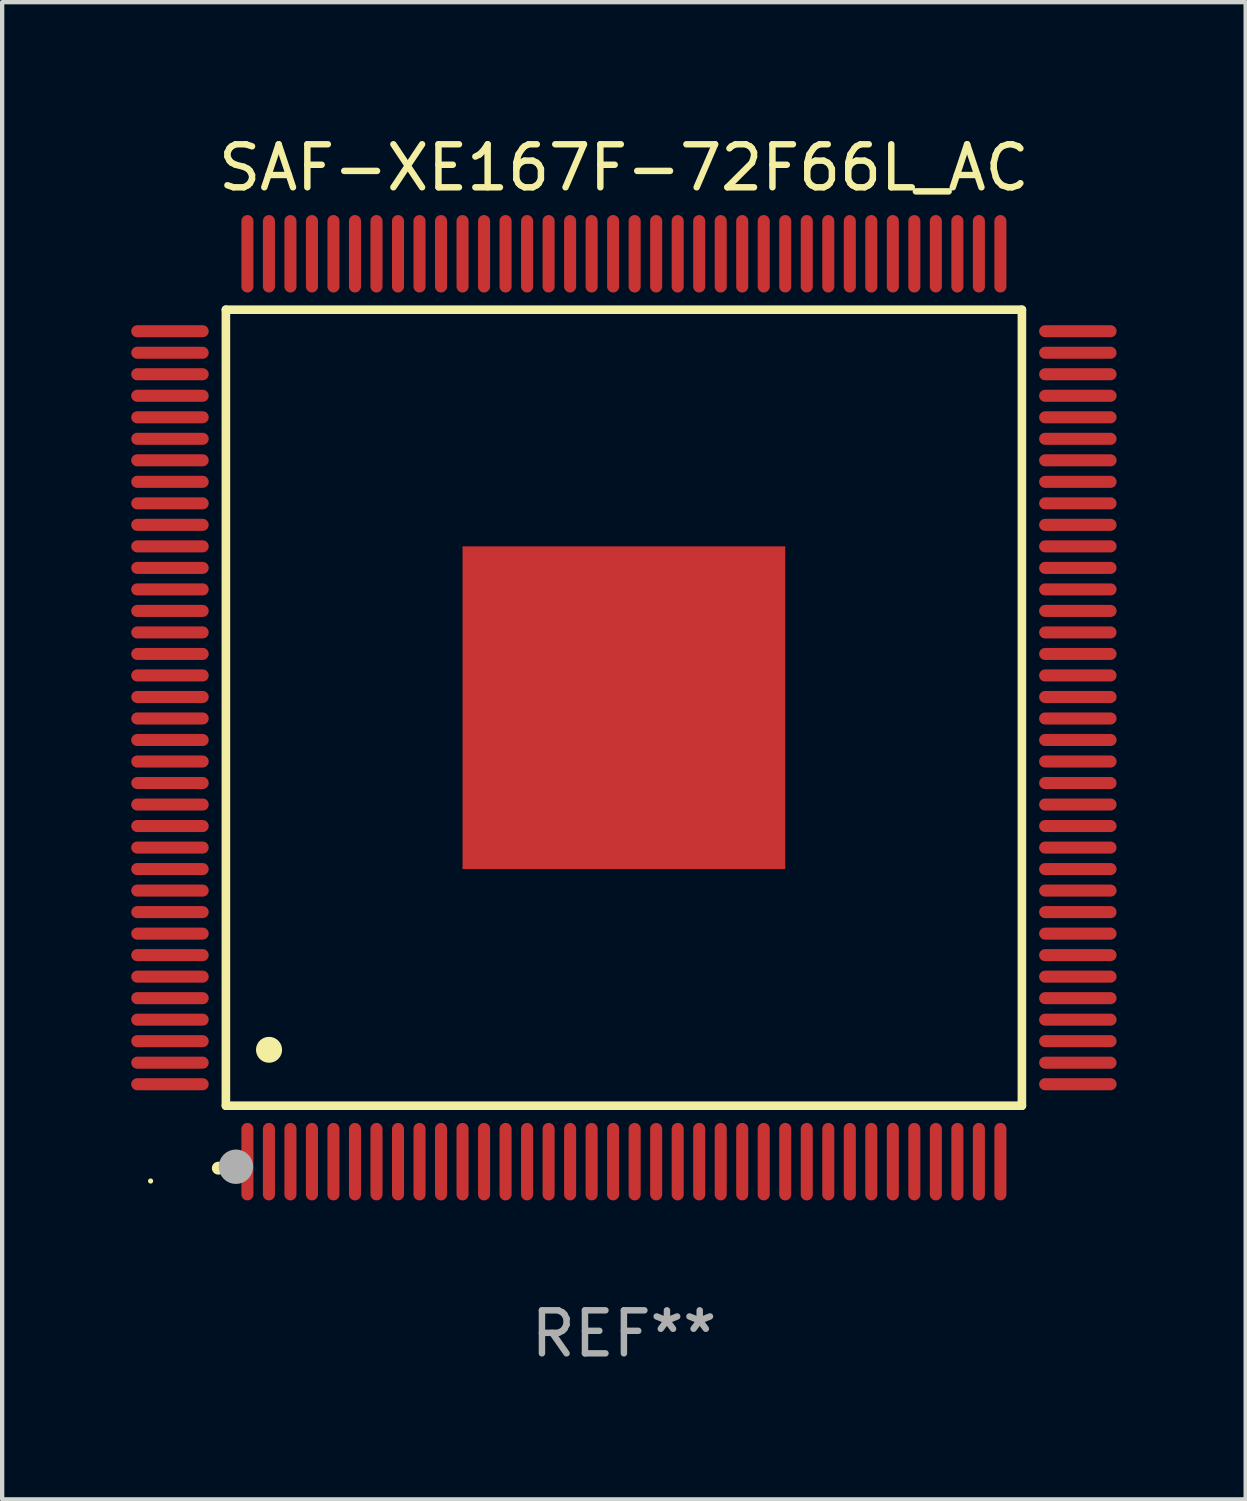
<source format=kicad_pcb>
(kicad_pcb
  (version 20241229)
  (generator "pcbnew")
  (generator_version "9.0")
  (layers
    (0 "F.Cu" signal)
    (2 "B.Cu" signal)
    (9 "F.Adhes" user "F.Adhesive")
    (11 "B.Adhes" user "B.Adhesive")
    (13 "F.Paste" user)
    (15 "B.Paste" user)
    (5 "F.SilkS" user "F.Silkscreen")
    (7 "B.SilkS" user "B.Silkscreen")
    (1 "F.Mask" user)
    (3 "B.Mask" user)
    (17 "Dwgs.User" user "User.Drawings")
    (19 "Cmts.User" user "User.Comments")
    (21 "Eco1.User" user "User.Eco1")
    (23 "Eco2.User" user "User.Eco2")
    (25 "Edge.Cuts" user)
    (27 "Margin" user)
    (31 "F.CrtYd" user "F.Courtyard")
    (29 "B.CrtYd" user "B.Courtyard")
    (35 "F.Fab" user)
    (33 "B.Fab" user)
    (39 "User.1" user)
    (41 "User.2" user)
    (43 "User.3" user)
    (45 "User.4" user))
  (footprint "SAF-XE167F-72F66L_AC"
    (layer "F.Cu")
    (at 11.45 13.398)
    (property "Reference" "SAF-XE167F-72F66L_AC" (at 0 -12.55 0) (layer "F.SilkS") (effects (font (size 1 1) (thickness 0.15))))
    (attr through_hole)
    (fp_line (start -9.25 -9.25) (end 9.25 -9.25) (stroke (width 0.2) (type solid)) (layer "F.SilkS"))
    (fp_line (start -9.25 9.25) (end -9.25 -9.25) (stroke (width 0.2) (type solid)) (layer "F.SilkS"))
    (fp_line (start 9.25 -9.25) (end 9.25 9.25) (stroke (width 0.2) (type solid)) (layer "F.SilkS"))
    (fp_line (start 9.25 9.25) (end -9.25 9.25) (stroke (width 0.2) (type solid)) (layer "F.SilkS"))
    (fp_arc (start -9.425959 10.701041) (mid -9.424689 10.701036) (end -9.423419 10.701041) (stroke (width 0.3) (type solid)) (layer "F.SilkS"))
    (fp_arc (start -8.249936 7.950216) (mid -8.247396 7.950205) (end -8.244856 7.950216) (stroke (width 0.6) (type solid)) (layer "F.SilkS"))
    (fp_circle (center -11 11) (end -10.97 11) (stroke (width 0.06) (type solid)) (fill no) (layer "F.SilkS"))
    (fp_circle (center -9.017 10.668) (end -8.817 10.668) (stroke (width 0.4) (type solid)) (fill no) (layer "F.Fab"))
    (fp_text user "REF**" (at 0 14.55 0) (layer "F.Fab") (effects (font (size 1 1) (thickness 0.15))))
    (pad "1" smd oval (at -8.75 10.55 180) (size 0.28 1.8) (layers "F.Cu" "F.Mask" "F.Paste"))
    (pad "2" smd oval (at -8.25 10.55 180) (size 0.28 1.8) (layers "F.Cu" "F.Mask" "F.Paste"))
    (pad "3" smd oval (at -7.75 10.55 180) (size 0.28 1.8) (layers "F.Cu" "F.Mask" "F.Paste"))
    (pad "4" smd oval (at -7.25 10.55 180) (size 0.28 1.8) (layers "F.Cu" "F.Mask" "F.Paste"))
    (pad "5" smd oval (at -6.75 10.55 180) (size 0.28 1.8) (layers "F.Cu" "F.Mask" "F.Paste"))
    (pad "6" smd oval (at -6.25 10.55 180) (size 0.28 1.8) (layers "F.Cu" "F.Mask" "F.Paste"))
    (pad "7" smd oval (at -5.75 10.55 180) (size 0.28 1.8) (layers "F.Cu" "F.Mask" "F.Paste"))
    (pad "8" smd oval (at -5.25 10.55 180) (size 0.28 1.8) (layers "F.Cu" "F.Mask" "F.Paste"))
    (pad "9" smd oval (at -4.75 10.55 180) (size 0.28 1.8) (layers "F.Cu" "F.Mask" "F.Paste"))
    (pad "10" smd oval (at -4.25 10.55 180) (size 0.28 1.8) (layers "F.Cu" "F.Mask" "F.Paste"))
    (pad "11" smd oval (at -3.75 10.55 180) (size 0.28 1.8) (layers "F.Cu" "F.Mask" "F.Paste"))
    (pad "12" smd oval (at -3.25 10.55 180) (size 0.28 1.8) (layers "F.Cu" "F.Mask" "F.Paste"))
    (pad "13" smd oval (at -2.75 10.55 180) (size 0.28 1.8) (layers "F.Cu" "F.Mask" "F.Paste"))
    (pad "14" smd oval (at -2.25 10.55 180) (size 0.28 1.8) (layers "F.Cu" "F.Mask" "F.Paste"))
    (pad "15" smd oval (at -1.75 10.55 180) (size 0.28 1.8) (layers "F.Cu" "F.Mask" "F.Paste"))
    (pad "16" smd oval (at -1.25 10.55 180) (size 0.28 1.8) (layers "F.Cu" "F.Mask" "F.Paste"))
    (pad "17" smd oval (at -0.75 10.55 180) (size 0.28 1.8) (layers "F.Cu" "F.Mask" "F.Paste"))
    (pad "18" smd oval (at -0.25 10.55 180) (size 0.28 1.8) (layers "F.Cu" "F.Mask" "F.Paste"))
    (pad "19" smd oval (at 0.25 10.55 180) (size 0.28 1.8) (layers "F.Cu" "F.Mask" "F.Paste"))
    (pad "20" smd oval (at 0.75 10.55 180) (size 0.28 1.8) (layers "F.Cu" "F.Mask" "F.Paste"))
    (pad "21" smd oval (at 1.25 10.55 180) (size 0.28 1.8) (layers "F.Cu" "F.Mask" "F.Paste"))
    (pad "22" smd oval (at 1.75 10.55 180) (size 0.28 1.8) (layers "F.Cu" "F.Mask" "F.Paste"))
    (pad "23" smd oval (at 2.25 10.55 180) (size 0.28 1.8) (layers "F.Cu" "F.Mask" "F.Paste"))
    (pad "24" smd oval (at 2.75 10.55 180) (size 0.28 1.8) (layers "F.Cu" "F.Mask" "F.Paste"))
    (pad "25" smd oval (at 3.25 10.55 180) (size 0.28 1.8) (layers "F.Cu" "F.Mask" "F.Paste"))
    (pad "26" smd oval (at 3.75 10.55 180) (size 0.28 1.8) (layers "F.Cu" "F.Mask" "F.Paste"))
    (pad "27" smd oval (at 4.25 10.55 180) (size 0.28 1.8) (layers "F.Cu" "F.Mask" "F.Paste"))
    (pad "28" smd oval (at 4.75 10.55 180) (size 0.28 1.8) (layers "F.Cu" "F.Mask" "F.Paste"))
    (pad "29" smd oval (at 5.25 10.55 180) (size 0.28 1.8) (layers "F.Cu" "F.Mask" "F.Paste"))
    (pad "30" smd oval (at 5.75 10.55 180) (size 0.28 1.8) (layers "F.Cu" "F.Mask" "F.Paste"))
    (pad "31" smd oval (at 6.25 10.55 180) (size 0.28 1.8) (layers "F.Cu" "F.Mask" "F.Paste"))
    (pad "32" smd oval (at 6.75 10.55 180) (size 0.28 1.8) (layers "F.Cu" "F.Mask" "F.Paste"))
    (pad "33" smd oval (at 7.25 10.55 180) (size 0.28 1.8) (layers "F.Cu" "F.Mask" "F.Paste"))
    (pad "34" smd oval (at 7.75 10.55 180) (size 0.28 1.8) (layers "F.Cu" "F.Mask" "F.Paste"))
    (pad "35" smd oval (at 8.25 10.55 180) (size 0.28 1.8) (layers "F.Cu" "F.Mask" "F.Paste"))
    (pad "36" smd oval (at 8.75 10.55 180) (size 0.28 1.8) (layers "F.Cu" "F.Mask" "F.Paste"))
    (pad "37" smd oval (at 10.55 8.75 90) (size 0.28 1.8) (layers "F.Cu" "F.Mask" "F.Paste"))
    (pad "38" smd oval (at 10.55 8.25 90) (size 0.28 1.8) (layers "F.Cu" "F.Mask" "F.Paste"))
    (pad "39" smd oval (at 10.55 7.75 90) (size 0.28 1.8) (layers "F.Cu" "F.Mask" "F.Paste"))
    (pad "40" smd oval (at 10.55 7.25 90) (size 0.28 1.8) (layers "F.Cu" "F.Mask" "F.Paste"))
    (pad "41" smd oval (at 10.55 6.75 90) (size 0.28 1.8) (layers "F.Cu" "F.Mask" "F.Paste"))
    (pad "42" smd oval (at 10.55 6.25 90) (size 0.28 1.8) (layers "F.Cu" "F.Mask" "F.Paste"))
    (pad "43" smd oval (at 10.55 5.75 90) (size 0.28 1.8) (layers "F.Cu" "F.Mask" "F.Paste"))
    (pad "44" smd oval (at 10.55 5.25 90) (size 0.28 1.8) (layers "F.Cu" "F.Mask" "F.Paste"))
    (pad "45" smd oval (at 10.55 4.75 90) (size 0.28 1.8) (layers "F.Cu" "F.Mask" "F.Paste"))
    (pad "46" smd oval (at 10.55 4.25 90) (size 0.28 1.8) (layers "F.Cu" "F.Mask" "F.Paste"))
    (pad "47" smd oval (at 10.55 3.75 90) (size 0.28 1.8) (layers "F.Cu" "F.Mask" "F.Paste"))
    (pad "48" smd oval (at 10.55 3.25 90) (size 0.28 1.8) (layers "F.Cu" "F.Mask" "F.Paste"))
    (pad "49" smd oval (at 10.55 2.75 90) (size 0.28 1.8) (layers "F.Cu" "F.Mask" "F.Paste"))
    (pad "50" smd oval (at 10.55 2.25 90) (size 0.28 1.8) (layers "F.Cu" "F.Mask" "F.Paste"))
    (pad "51" smd oval (at 10.55 1.75 90) (size 0.28 1.8) (layers "F.Cu" "F.Mask" "F.Paste"))
    (pad "52" smd oval (at 10.55 1.25 90) (size 0.28 1.8) (layers "F.Cu" "F.Mask" "F.Paste"))
    (pad "53" smd oval (at 10.55 0.75 90) (size 0.28 1.8) (layers "F.Cu" "F.Mask" "F.Paste"))
    (pad "54" smd oval (at 10.55 0.25 90) (size 0.28 1.8) (layers "F.Cu" "F.Mask" "F.Paste"))
    (pad "55" smd oval (at 10.55 -0.25 90) (size 0.28 1.8) (layers "F.Cu" "F.Mask" "F.Paste"))
    (pad "56" smd oval (at 10.55 -0.75 90) (size 0.28 1.8) (layers "F.Cu" "F.Mask" "F.Paste"))
    (pad "57" smd oval (at 10.55 -1.25 90) (size 0.28 1.8) (layers "F.Cu" "F.Mask" "F.Paste"))
    (pad "58" smd oval (at 10.55 -1.75 90) (size 0.28 1.8) (layers "F.Cu" "F.Mask" "F.Paste"))
    (pad "59" smd oval (at 10.55 -2.25 90) (size 0.28 1.8) (layers "F.Cu" "F.Mask" "F.Paste"))
    (pad "60" smd oval (at 10.55 -2.75 90) (size 0.28 1.8) (layers "F.Cu" "F.Mask" "F.Paste"))
    (pad "61" smd oval (at 10.55 -3.25 90) (size 0.28 1.8) (layers "F.Cu" "F.Mask" "F.Paste"))
    (pad "62" smd oval (at 10.55 -3.75 90) (size 0.28 1.8) (layers "F.Cu" "F.Mask" "F.Paste"))
    (pad "63" smd oval (at 10.55 -4.25 90) (size 0.28 1.8) (layers "F.Cu" "F.Mask" "F.Paste"))
    (pad "64" smd oval (at 10.55 -4.75 90) (size 0.28 1.8) (layers "F.Cu" "F.Mask" "F.Paste"))
    (pad "65" smd oval (at 10.55 -5.25 90) (size 0.28 1.8) (layers "F.Cu" "F.Mask" "F.Paste"))
    (pad "66" smd oval (at 10.55 -5.75 90) (size 0.28 1.8) (layers "F.Cu" "F.Mask" "F.Paste"))
    (pad "67" smd oval (at 10.55 -6.25 90) (size 0.28 1.8) (layers "F.Cu" "F.Mask" "F.Paste"))
    (pad "68" smd oval (at 10.55 -6.75 90) (size 0.28 1.8) (layers "F.Cu" "F.Mask" "F.Paste"))
    (pad "69" smd oval (at 10.55 -7.25 90) (size 0.28 1.8) (layers "F.Cu" "F.Mask" "F.Paste"))
    (pad "70" smd oval (at 10.55 -7.75 90) (size 0.28 1.8) (layers "F.Cu" "F.Mask" "F.Paste"))
    (pad "71" smd oval (at 10.55 -8.25 90) (size 0.28 1.8) (layers "F.Cu" "F.Mask" "F.Paste"))
    (pad "72" smd oval (at 10.55 -8.75 90) (size 0.28 1.8) (layers "F.Cu" "F.Mask" "F.Paste"))
    (pad "73" smd oval (at 8.75 -10.55 180) (size 0.28 1.8) (layers "F.Cu" "F.Mask" "F.Paste"))
    (pad "74" smd oval (at 8.25 -10.55 180) (size 0.28 1.8) (layers "F.Cu" "F.Mask" "F.Paste"))
    (pad "75" smd oval (at 7.75 -10.55 180) (size 0.28 1.8) (layers "F.Cu" "F.Mask" "F.Paste"))
    (pad "76" smd oval (at 7.25 -10.55 180) (size 0.28 1.8) (layers "F.Cu" "F.Mask" "F.Paste"))
    (pad "77" smd oval (at 6.75 -10.55 180) (size 0.28 1.8) (layers "F.Cu" "F.Mask" "F.Paste"))
    (pad "78" smd oval (at 6.25 -10.55 180) (size 0.28 1.8) (layers "F.Cu" "F.Mask" "F.Paste"))
    (pad "79" smd oval (at 5.75 -10.55 180) (size 0.28 1.8) (layers "F.Cu" "F.Mask" "F.Paste"))
    (pad "80" smd oval (at 5.25 -10.55 180) (size 0.28 1.8) (layers "F.Cu" "F.Mask" "F.Paste"))
    (pad "81" smd oval (at 4.75 -10.55 180) (size 0.28 1.8) (layers "F.Cu" "F.Mask" "F.Paste"))
    (pad "82" smd oval (at 4.25 -10.55 180) (size 0.28 1.8) (layers "F.Cu" "F.Mask" "F.Paste"))
    (pad "83" smd oval (at 3.75 -10.55 180) (size 0.28 1.8) (layers "F.Cu" "F.Mask" "F.Paste"))
    (pad "84" smd oval (at 3.25 -10.55 180) (size 0.28 1.8) (layers "F.Cu" "F.Mask" "F.Paste"))
    (pad "85" smd oval (at 2.75 -10.55 180) (size 0.28 1.8) (layers "F.Cu" "F.Mask" "F.Paste"))
    (pad "86" smd oval (at 2.25 -10.55 180) (size 0.28 1.8) (layers "F.Cu" "F.Mask" "F.Paste"))
    (pad "87" smd oval (at 1.75 -10.55 180) (size 0.28 1.8) (layers "F.Cu" "F.Mask" "F.Paste"))
    (pad "88" smd oval (at 1.25 -10.55 180) (size 0.28 1.8) (layers "F.Cu" "F.Mask" "F.Paste"))
    (pad "89" smd oval (at 0.75 -10.55 180) (size 0.28 1.8) (layers "F.Cu" "F.Mask" "F.Paste"))
    (pad "90" smd oval (at 0.25 -10.55 180) (size 0.28 1.8) (layers "F.Cu" "F.Mask" "F.Paste"))
    (pad "91" smd oval (at -0.25 -10.55 180) (size 0.28 1.8) (layers "F.Cu" "F.Mask" "F.Paste"))
    (pad "92" smd oval (at -0.75 -10.55 180) (size 0.28 1.8) (layers "F.Cu" "F.Mask" "F.Paste"))
    (pad "93" smd oval (at -1.25 -10.55 180) (size 0.28 1.8) (layers "F.Cu" "F.Mask" "F.Paste"))
    (pad "94" smd oval (at -1.75 -10.55 180) (size 0.28 1.8) (layers "F.Cu" "F.Mask" "F.Paste"))
    (pad "95" smd oval (at -2.25 -10.55 180) (size 0.28 1.8) (layers "F.Cu" "F.Mask" "F.Paste"))
    (pad "96" smd oval (at -2.75 -10.55 180) (size 0.28 1.8) (layers "F.Cu" "F.Mask" "F.Paste"))
    (pad "97" smd oval (at -3.25 -10.55 180) (size 0.28 1.8) (layers "F.Cu" "F.Mask" "F.Paste"))
    (pad "98" smd oval (at -3.75 -10.55 180) (size 0.28 1.8) (layers "F.Cu" "F.Mask" "F.Paste"))
    (pad "99" smd oval (at -4.25 -10.55 180) (size 0.28 1.8) (layers "F.Cu" "F.Mask" "F.Paste"))
    (pad "100" smd oval (at -4.75 -10.55 180) (size 0.28 1.8) (layers "F.Cu" "F.Mask" "F.Paste"))
    (pad "101" smd oval (at -5.25 -10.55 180) (size 0.28 1.8) (layers "F.Cu" "F.Mask" "F.Paste"))
    (pad "102" smd oval (at -5.75 -10.55 180) (size 0.28 1.8) (layers "F.Cu" "F.Mask" "F.Paste"))
    (pad "103" smd oval (at -6.25 -10.55 180) (size 0.28 1.8) (layers "F.Cu" "F.Mask" "F.Paste"))
    (pad "104" smd oval (at -6.75 -10.55 180) (size 0.28 1.8) (layers "F.Cu" "F.Mask" "F.Paste"))
    (pad "105" smd oval (at -7.25 -10.55 180) (size 0.28 1.8) (layers "F.Cu" "F.Mask" "F.Paste"))
    (pad "106" smd oval (at -7.75 -10.55 180) (size 0.28 1.8) (layers "F.Cu" "F.Mask" "F.Paste"))
    (pad "107" smd oval (at -8.25 -10.55 180) (size 0.28 1.8) (layers "F.Cu" "F.Mask" "F.Paste"))
    (pad "108" smd oval (at -8.75 -10.55 180) (size 0.28 1.8) (layers "F.Cu" "F.Mask" "F.Paste"))
    (pad "109" smd oval (at -10.55 -8.75 90) (size 0.28 1.8) (layers "F.Cu" "F.Mask" "F.Paste"))
    (pad "110" smd oval (at -10.55 -8.25 90) (size 0.28 1.8) (layers "F.Cu" "F.Mask" "F.Paste"))
    (pad "111" smd oval (at -10.55 -7.75 90) (size 0.28 1.8) (layers "F.Cu" "F.Mask" "F.Paste"))
    (pad "112" smd oval (at -10.55 -7.25 90) (size 0.28 1.8) (layers "F.Cu" "F.Mask" "F.Paste"))
    (pad "113" smd oval (at -10.55 -6.75 90) (size 0.28 1.8) (layers "F.Cu" "F.Mask" "F.Paste"))
    (pad "114" smd oval (at -10.55 -6.25 90) (size 0.28 1.8) (layers "F.Cu" "F.Mask" "F.Paste"))
    (pad "115" smd oval (at -10.55 -5.75 90) (size 0.28 1.8) (layers "F.Cu" "F.Mask" "F.Paste"))
    (pad "116" smd oval (at -10.55 -5.25 90) (size 0.28 1.8) (layers "F.Cu" "F.Mask" "F.Paste"))
    (pad "117" smd oval (at -10.55 -4.75 90) (size 0.28 1.8) (layers "F.Cu" "F.Mask" "F.Paste"))
    (pad "118" smd oval (at -10.55 -4.25 90) (size 0.28 1.8) (layers "F.Cu" "F.Mask" "F.Paste"))
    (pad "119" smd oval (at -10.55 -3.75 90) (size 0.28 1.8) (layers "F.Cu" "F.Mask" "F.Paste"))
    (pad "120" smd oval (at -10.55 -3.25 90) (size 0.28 1.8) (layers "F.Cu" "F.Mask" "F.Paste"))
    (pad "121" smd oval (at -10.55 -2.75 90) (size 0.28 1.8) (layers "F.Cu" "F.Mask" "F.Paste"))
    (pad "122" smd oval (at -10.55 -2.25 90) (size 0.28 1.8) (layers "F.Cu" "F.Mask" "F.Paste"))
    (pad "123" smd oval (at -10.55 -1.75 90) (size 0.28 1.8) (layers "F.Cu" "F.Mask" "F.Paste"))
    (pad "124" smd oval (at -10.55 -1.25 90) (size 0.28 1.8) (layers "F.Cu" "F.Mask" "F.Paste"))
    (pad "125" smd oval (at -10.55 -0.75 90) (size 0.28 1.8) (layers "F.Cu" "F.Mask" "F.Paste"))
    (pad "126" smd oval (at -10.55 -0.25 90) (size 0.28 1.8) (layers "F.Cu" "F.Mask" "F.Paste"))
    (pad "127" smd oval (at -10.55 0.25 90) (size 0.28 1.8) (layers "F.Cu" "F.Mask" "F.Paste"))
    (pad "128" smd oval (at -10.55 0.75 90) (size 0.28 1.8) (layers "F.Cu" "F.Mask" "F.Paste"))
    (pad "129" smd oval (at -10.55 1.25 90) (size 0.28 1.8) (layers "F.Cu" "F.Mask" "F.Paste"))
    (pad "130" smd oval (at -10.55 1.75 90) (size 0.28 1.8) (layers "F.Cu" "F.Mask" "F.Paste"))
    (pad "131" smd oval (at -10.55 2.25 90) (size 0.28 1.8) (layers "F.Cu" "F.Mask" "F.Paste"))
    (pad "132" smd oval (at -10.55 2.75 90) (size 0.28 1.8) (layers "F.Cu" "F.Mask" "F.Paste"))
    (pad "133" smd oval (at -10.55 3.25 90) (size 0.28 1.8) (layers "F.Cu" "F.Mask" "F.Paste"))
    (pad "134" smd oval (at -10.55 3.75 90) (size 0.28 1.8) (layers "F.Cu" "F.Mask" "F.Paste"))
    (pad "135" smd oval (at -10.55 4.25 90) (size 0.28 1.8) (layers "F.Cu" "F.Mask" "F.Paste"))
    (pad "136" smd oval (at -10.55 4.75 90) (size 0.28 1.8) (layers "F.Cu" "F.Mask" "F.Paste"))
    (pad "137" smd oval (at -10.55 5.25 90) (size 0.28 1.8) (layers "F.Cu" "F.Mask" "F.Paste"))
    (pad "138" smd oval (at -10.55 5.75 90) (size 0.28 1.8) (layers "F.Cu" "F.Mask" "F.Paste"))
    (pad "139" smd oval (at -10.55 6.25 90) (size 0.28 1.8) (layers "F.Cu" "F.Mask" "F.Paste"))
    (pad "140" smd oval (at -10.55 6.75 90) (size 0.28 1.8) (layers "F.Cu" "F.Mask" "F.Paste"))
    (pad "141" smd oval (at -10.55 7.25 90) (size 0.28 1.8) (layers "F.Cu" "F.Mask" "F.Paste"))
    (pad "142" smd oval (at -10.55 7.75 90) (size 0.28 1.8) (layers "F.Cu" "F.Mask" "F.Paste"))
    (pad "143" smd oval (at -10.55 8.25 90) (size 0.28 1.8) (layers "F.Cu" "F.Mask" "F.Paste"))
    (pad "144" smd oval (at -10.55 8.75 90) (size 0.28 1.8) (layers "F.Cu" "F.Mask" "F.Paste"))
    (pad "145" smd rect (at 0 0 90) (size 7.5 7.5) (layers "F.Cu" "F.Mask" "F.Paste")))
  (gr_rect
    (start -3 -3)
    (end 25.9 31.796)
    (stroke (width 0.1) (type default))
    (fill no)
    (layer "Edge.Cuts")))
</source>
